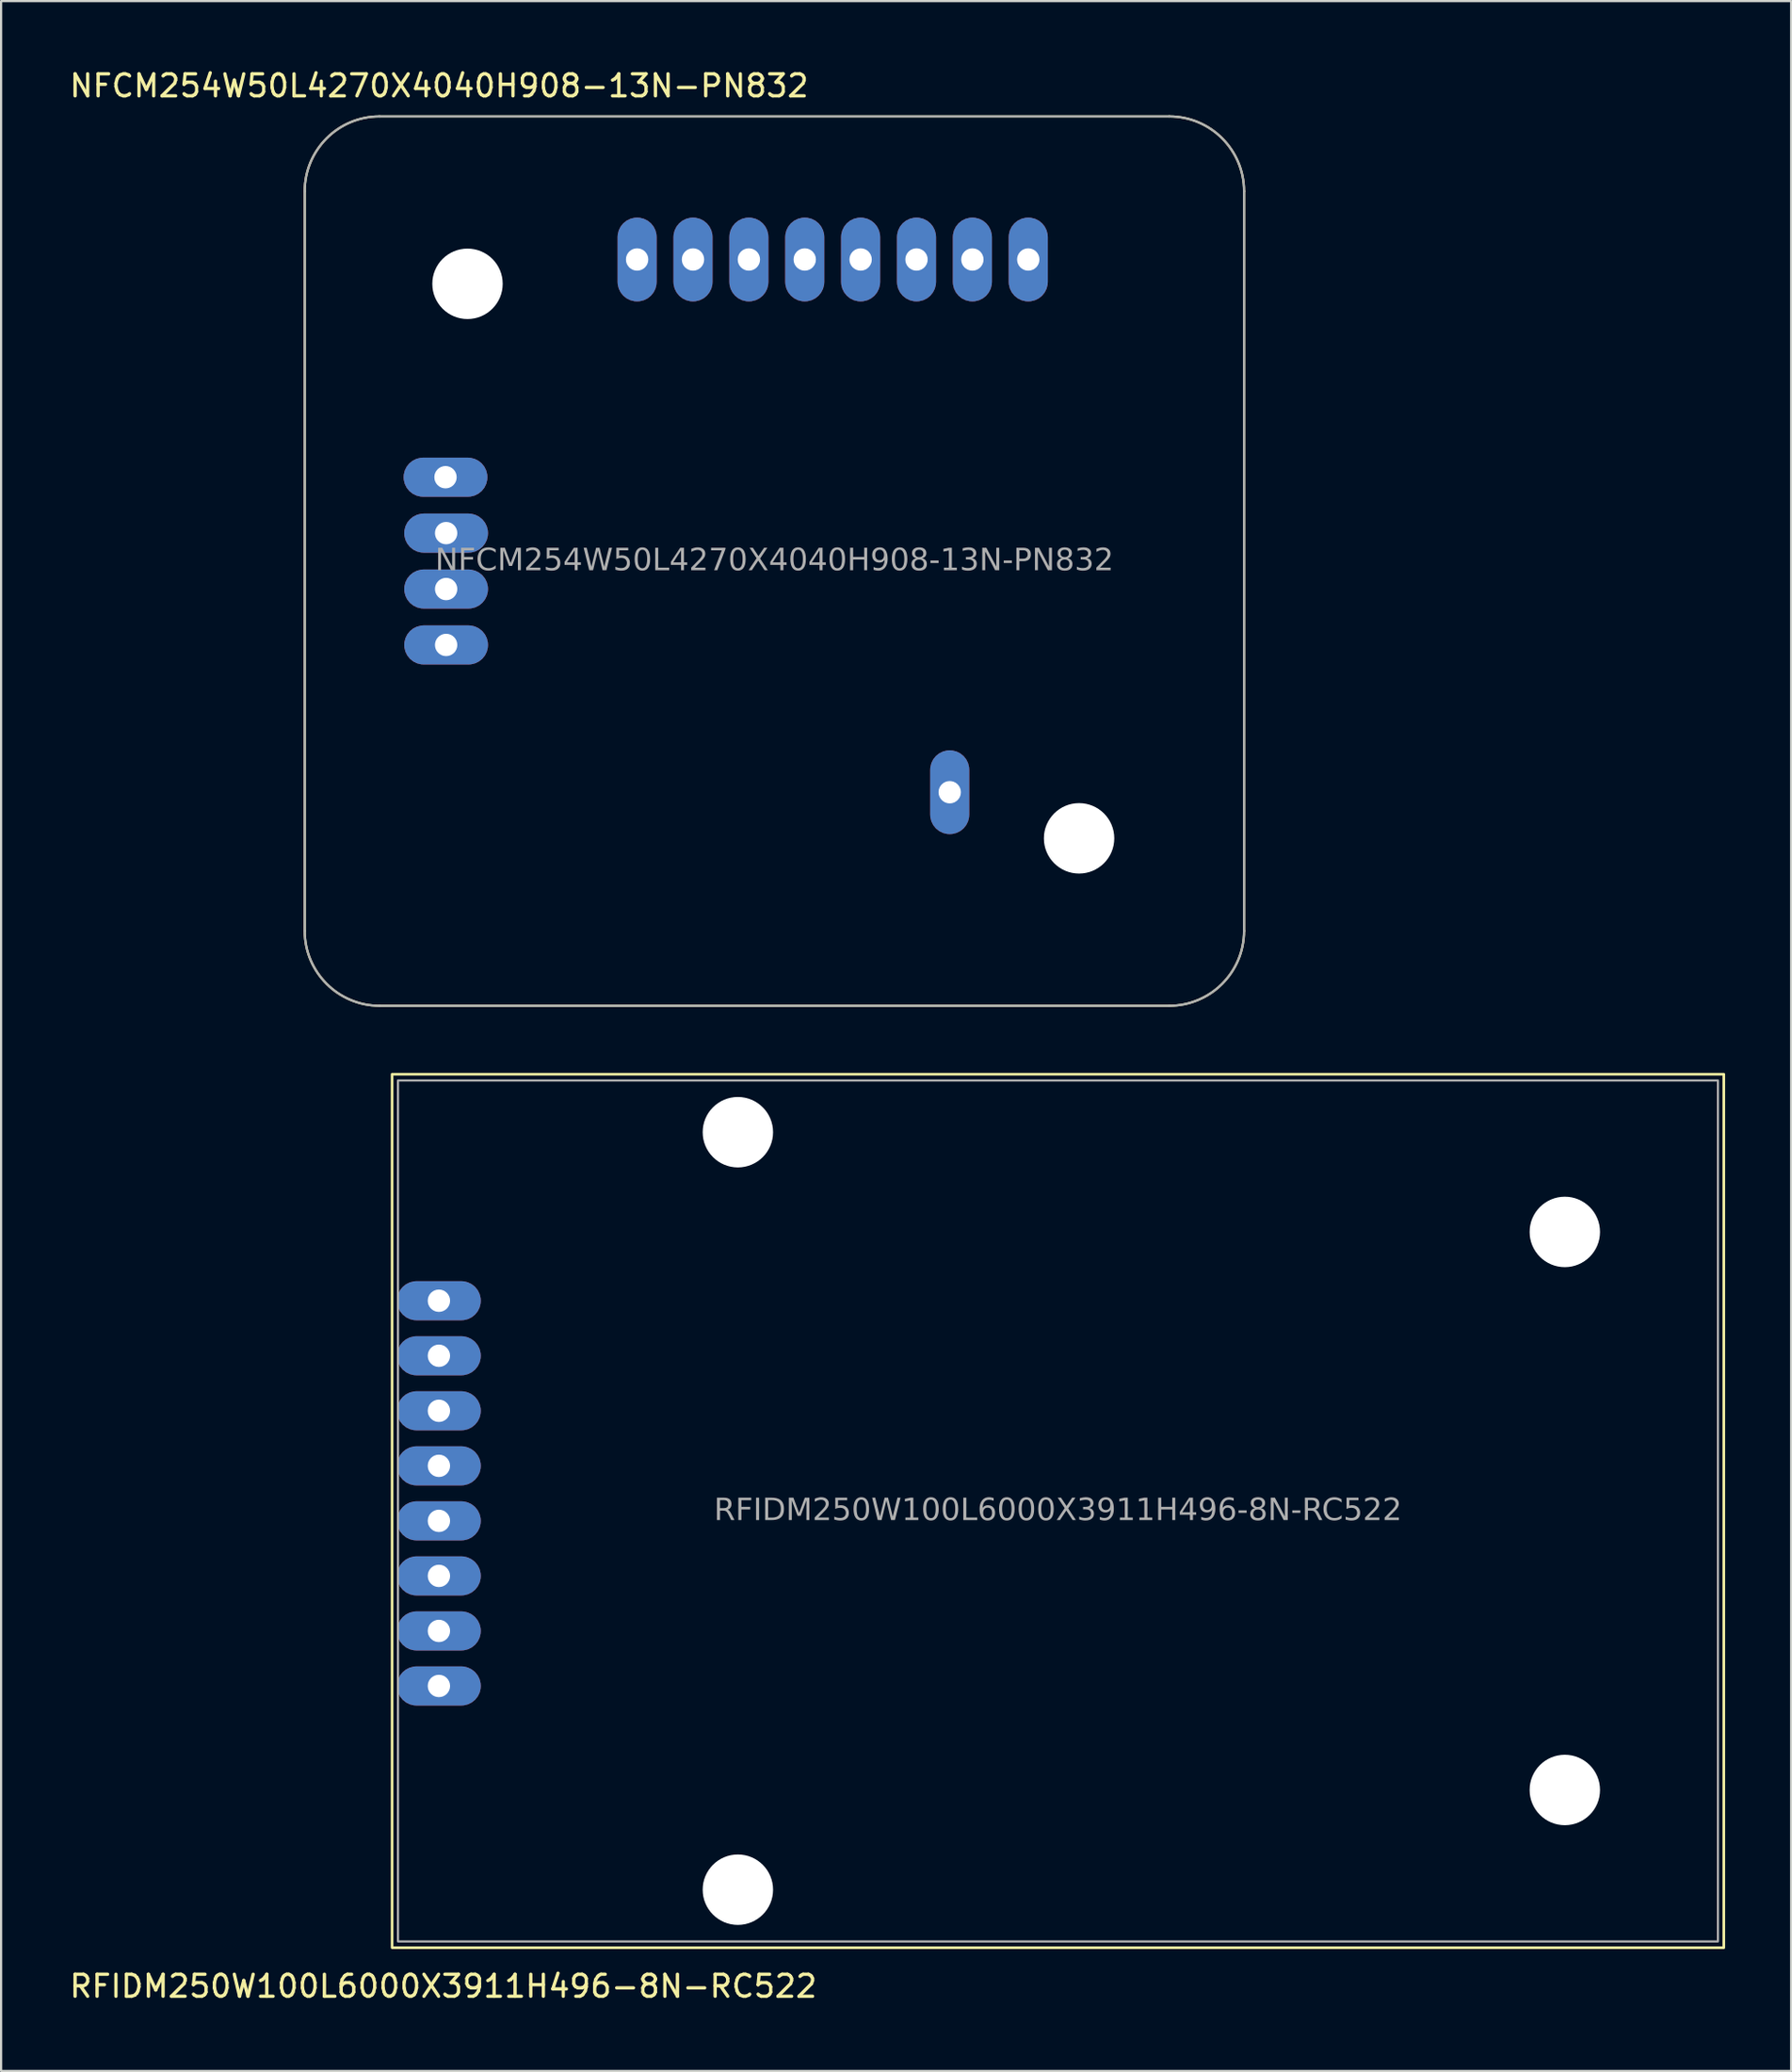
<source format=kicad_pcb>
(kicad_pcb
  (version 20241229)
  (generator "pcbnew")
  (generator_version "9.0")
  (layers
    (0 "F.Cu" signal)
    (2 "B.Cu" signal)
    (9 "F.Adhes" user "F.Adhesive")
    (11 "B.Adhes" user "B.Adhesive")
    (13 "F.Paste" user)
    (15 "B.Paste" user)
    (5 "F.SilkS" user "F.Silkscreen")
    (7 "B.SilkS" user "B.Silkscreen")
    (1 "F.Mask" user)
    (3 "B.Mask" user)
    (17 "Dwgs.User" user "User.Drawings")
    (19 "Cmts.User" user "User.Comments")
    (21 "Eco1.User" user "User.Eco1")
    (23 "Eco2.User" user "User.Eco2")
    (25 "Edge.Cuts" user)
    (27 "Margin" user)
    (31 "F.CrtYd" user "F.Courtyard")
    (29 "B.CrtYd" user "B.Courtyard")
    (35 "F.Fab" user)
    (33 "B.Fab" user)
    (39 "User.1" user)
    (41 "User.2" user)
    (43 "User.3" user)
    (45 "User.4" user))
  (footprint "RFIDM250W100L6000X3911H496-8N-RC522"
    (layer "F.Cu")
    (at 45.041 65.588)
    (property "Reference" "RFIDM250W100L6000X3911H496-8N-RC522" (at -27.94 21.59 0) (layer "F.SilkS") (effects (font (size 1 1) (thickness 0.15))))
    (attr through_hole allow_missing_courtyard)
    (fp_rect (start -30.267 -19.84) (end 30.267 19.84) (stroke (width 0.12) (type default)) (fill no) (layer "F.SilkS"))
    (fp_rect (start -30 -19.555) (end 30 19.555) (stroke (width 0.1) (type default)) (fill no) (layer "F.Fab"))
    (fp_text user "${REFERENCE}" (at 0 0 0) (layer "F.Fab") (effects (font (face "Tahoma") (size 1 1) (thickness 0.15))))
    (pad "" np_thru_hole circle (at -14.55 -17.205) (size 3.2 3.2) (drill 3.2) (layers "*.Cu" "*.Mask"))
    (pad "" np_thru_hole circle (at -14.55 17.205) (size 3.2 3.2) (drill 3.2) (layers "*.Cu" "*.Mask"))
    (pad "" np_thru_hole circle (at 23.04 -12.675) (size 3.2 3.2) (drill 3.2) (layers "*.Cu" "*.Mask"))
    (pad "" np_thru_hole circle (at 23.04 12.675) (size 3.2 3.2) (drill 3.2) (layers "*.Cu" "*.Mask"))
    (pad "1" thru_hole roundrect (at -28.14 -9.55) (size 3.81 1.778) (drill 1.016) (layers "*.Cu" "*.Mask") (roundrect_rratio 0.5))
    (pad "2" thru_hole roundrect (at -28.14 -7.05) (size 3.81 1.778) (drill 1.016) (layers "*.Cu" "*.Mask") (roundrect_rratio 0.5))
    (pad "3" thru_hole roundrect (at -28.14 -4.55) (size 3.81 1.778) (drill 1.016) (layers "*.Cu" "*.Mask") (roundrect_rratio 0.5))
    (pad "4" thru_hole roundrect (at -28.14 -2.05) (size 3.81 1.778) (drill 1.016) (layers "*.Cu" "*.Mask") (roundrect_rratio 0.5))
    (pad "5" thru_hole roundrect (at -28.14 0.45) (size 3.81 1.778) (drill 1.016) (layers "*.Cu" "*.Mask") (roundrect_rratio 0.5))
    (pad "6" thru_hole roundrect (at -28.14 2.95) (size 3.81 1.778) (drill 1.016) (layers "*.Cu" "*.Mask") (roundrect_rratio 0.5))
    (pad "7" thru_hole roundrect (at -28.14 5.45) (size 3.81 1.778) (drill 1.016) (layers "*.Cu" "*.Mask") (roundrect_rratio 0.5))
    (pad "8" thru_hole roundrect (at -28.14 7.95) (size 3.81 1.778) (drill 1.016) (layers "*.Cu" "*.Mask") (roundrect_rratio 0.5)))
  (footprint "NFCM254W50L4270X4040H908-13N-PN832"
    (layer "F.Cu")
    (at 32.151 22.438)
    (property "Reference" "NFCM254W50L4270X4040H908-13N-PN832" (at -15.24 -21.59 0) (layer "F.SilkS") (effects (font (size 1 1) (thickness 0.15))))
    (attr through_hole allow_missing_courtyard)
    (fp_line (start -21.35 -16.8) (end -21.35 16.8) (stroke (width 0.1) (type default)) (layer "F.SilkS"))
    (fp_line (start -17.95 20.2) (end 17.95 20.2) (stroke (width 0.1) (type default)) (layer "F.SilkS"))
    (fp_line (start 17.95 -20.2) (end -17.95 -20.2) (stroke (width 0.1) (type default)) (layer "F.SilkS"))
    (fp_line (start 21.35 16.8) (end 21.35 -16.8) (stroke (width 0.1) (type default)) (layer "F.SilkS"))
    (fp_arc (start -21.35 -16.8) (mid -20.354163 -19.204163) (end -17.95 -20.2) (stroke (width 0.1) (type default)) (layer "F.SilkS"))
    (fp_arc (start -17.95 20.2) (mid -20.354163 19.204163) (end -21.35 16.8) (stroke (width 0.1) (type default)) (layer "F.SilkS"))
    (fp_arc (start 17.95 -20.2) (mid 20.354163 -19.204163) (end 21.35 -16.8) (stroke (width 0.1) (type default)) (layer "F.SilkS"))
    (fp_arc (start 21.35 16.8) (mid 20.354163 19.204163) (end 17.95 20.2) (stroke (width 0.1) (type default)) (layer "F.SilkS"))
    (fp_line (start -21.35 -16.8) (end -21.35 16.8) (stroke (width 0.1) (type default)) (layer "F.Fab"))
    (fp_line (start -17.95 20.2) (end 17.95 20.2) (stroke (width 0.1) (type default)) (layer "F.Fab"))
    (fp_line (start 17.95 -20.2) (end -17.95 -20.2) (stroke (width 0.1) (type default)) (layer "F.Fab"))
    (fp_line (start 21.35 16.8) (end 21.35 -16.8) (stroke (width 0.1) (type default)) (layer "F.Fab"))
    (fp_arc (start -21.35 -16.8) (mid -20.354163 -19.204163) (end -17.95 -20.2) (stroke (width 0.1) (type default)) (layer "F.Fab"))
    (fp_arc (start -17.95 20.2) (mid -20.354163 19.204163) (end -21.35 16.8) (stroke (width 0.1) (type default)) (layer "F.Fab"))
    (fp_arc (start 17.95 -20.2) (mid 20.354163 -19.204163) (end 21.35 -16.8) (stroke (width 0.1) (type default)) (layer "F.Fab"))
    (fp_arc (start 21.35 16.8) (mid 20.354163 19.204163) (end 17.95 20.2) (stroke (width 0.1) (type default)) (layer "F.Fab"))
    (fp_text user "${REFERENCE}" (at 0 0 0) (layer "F.Fab") (effects (font (face "Tahoma") (size 1 1) (thickness 0.15))))
    (pad "" np_thru_hole circle (at -13.95 -12.595) (size 3.2 3.2) (drill 3.2) (layers "*.Cu" "*.Mask"))
    (pad "" np_thru_hole circle (at 13.85 12.595) (size 3.2 3.2) (drill 3.2) (layers "*.Cu" "*.Mask"))
    (pad "J1-1" thru_hole roundrect (at 7.97 10.5 90) (size 3.81 1.778) (drill 1.016) (layers "*.Cu" "*.Mask") (roundrect_rratio 0.5))
    (pad "J2-1" thru_hole roundrect (at -6.24 -13.7 90) (size 3.81 1.778) (drill 1.016) (layers "*.Cu" "*.Mask") (roundrect_rratio 0.5))
    (pad "J2-2" thru_hole roundrect (at -3.7 -13.7 90) (size 3.81 1.778) (drill 1.016) (layers "*.Cu" "*.Mask") (roundrect_rratio 0.5))
    (pad "J2-3" thru_hole roundrect (at -1.16 -13.7 90) (size 3.81 1.778) (drill 1.016) (layers "*.Cu" "*.Mask") (roundrect_rratio 0.5))
    (pad "J2-4" thru_hole roundrect (at 1.38 -13.7 90) (size 3.81 1.778) (drill 1.016) (layers "*.Cu" "*.Mask") (roundrect_rratio 0.5))
    (pad "J2-5" thru_hole roundrect (at 3.92 -13.7 90) (size 3.81 1.778) (drill 1.016) (layers "*.Cu" "*.Mask") (roundrect_rratio 0.5))
    (pad "J2-6" thru_hole roundrect (at 6.46 -13.7 90) (size 3.81 1.778) (drill 1.016) (layers "*.Cu" "*.Mask") (roundrect_rratio 0.5))
    (pad "J2-7" thru_hole roundrect (at 9 -13.7 90) (size 3.81 1.778) (drill 1.016) (layers "*.Cu" "*.Mask") (roundrect_rratio 0.5))
    (pad "J2-8" thru_hole roundrect (at 11.54 -13.7 90) (size 3.81 1.778) (drill 1.016) (layers "*.Cu" "*.Mask") (roundrect_rratio 0.5))
    (pad "JP1-1" thru_hole roundrect (at -14.922 3.81) (size 3.81 1.778) (drill 1.016) (layers "*.Cu" "*.Mask") (roundrect_rratio 0.5))
    (pad "JP1-2" thru_hole roundrect (at -14.922 1.27) (size 3.81 1.778) (drill 1.016) (layers "*.Cu" "*.Mask") (roundrect_rratio 0.5))
    (pad "JP1-3" thru_hole roundrect (at -14.922 -1.27) (size 3.81 1.778) (drill 1.016) (layers "*.Cu" "*.Mask") (roundrect_rratio 0.5))
    (pad "JP1-4" thru_hole roundrect (at -14.95 -3.81) (size 3.81 1.778) (drill 1.016) (layers "*.Cu" "*.Mask") (roundrect_rratio 0.5)))
  (gr_rect
    (start -3 -3)
    (end 78.369 91.026)
    (stroke (width 0.1) (type default))
    (fill no)
    (layer "Edge.Cuts")))
</source>
